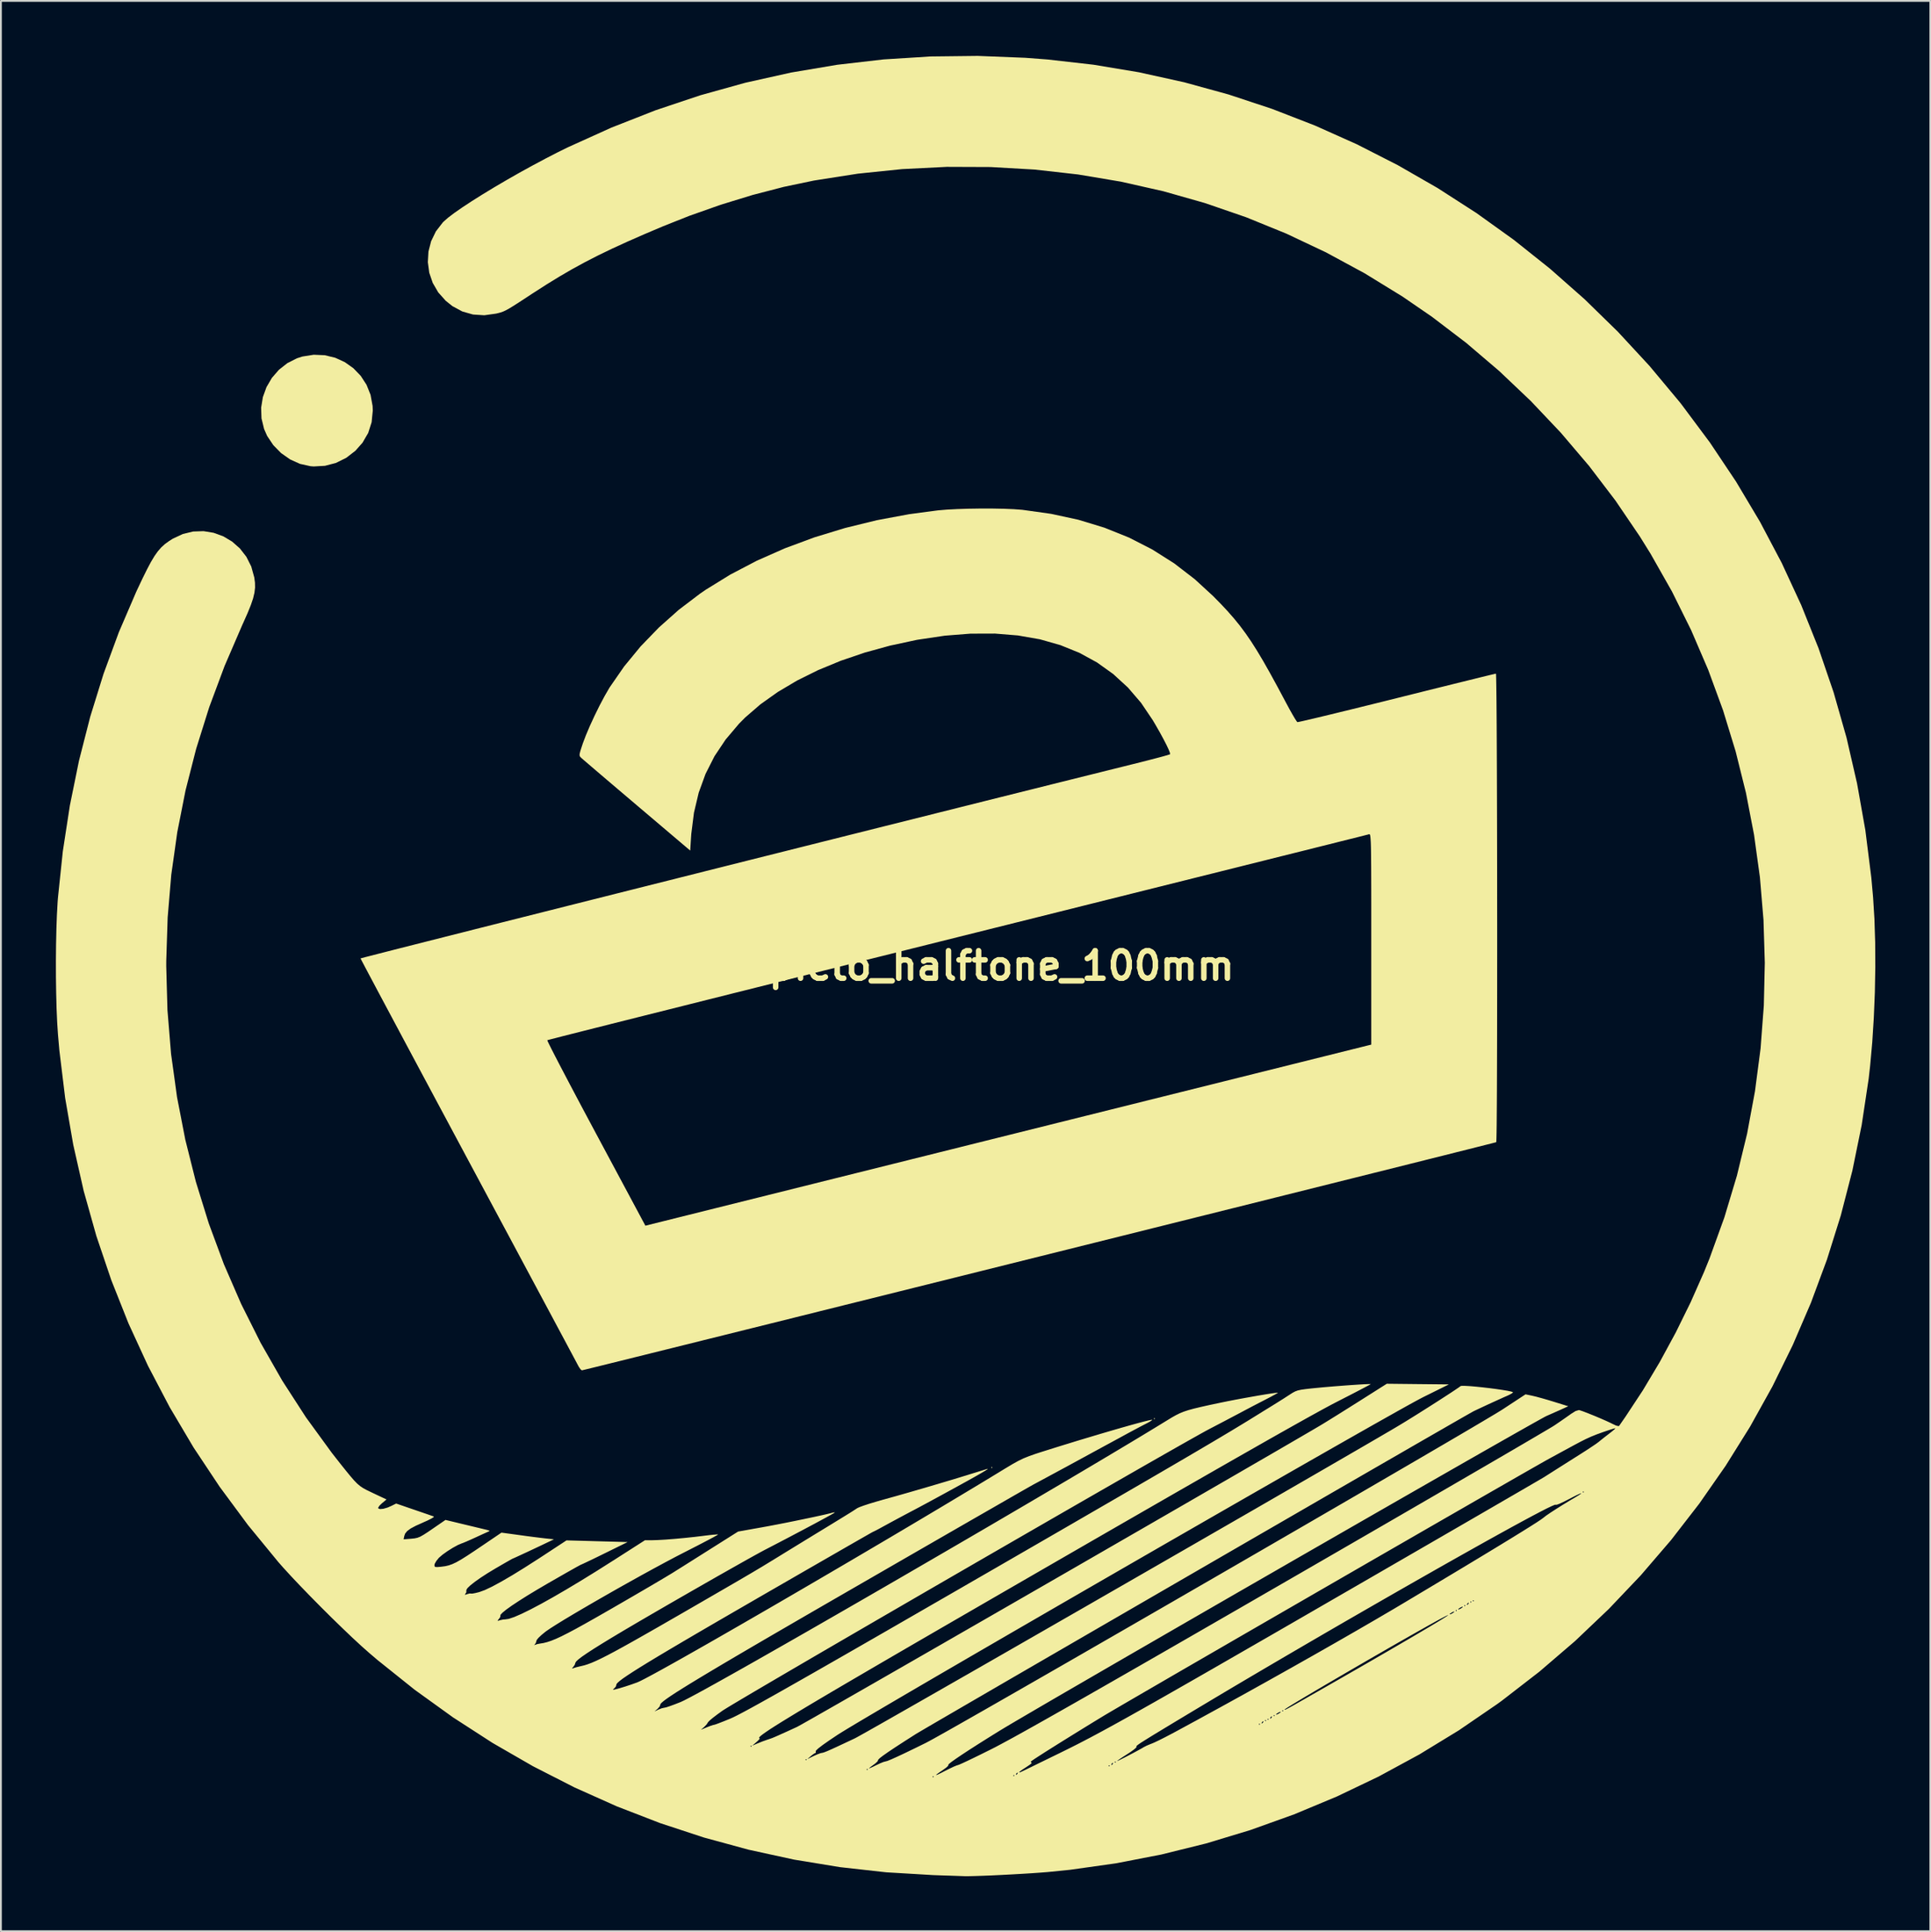
<source format=kicad_pcb>
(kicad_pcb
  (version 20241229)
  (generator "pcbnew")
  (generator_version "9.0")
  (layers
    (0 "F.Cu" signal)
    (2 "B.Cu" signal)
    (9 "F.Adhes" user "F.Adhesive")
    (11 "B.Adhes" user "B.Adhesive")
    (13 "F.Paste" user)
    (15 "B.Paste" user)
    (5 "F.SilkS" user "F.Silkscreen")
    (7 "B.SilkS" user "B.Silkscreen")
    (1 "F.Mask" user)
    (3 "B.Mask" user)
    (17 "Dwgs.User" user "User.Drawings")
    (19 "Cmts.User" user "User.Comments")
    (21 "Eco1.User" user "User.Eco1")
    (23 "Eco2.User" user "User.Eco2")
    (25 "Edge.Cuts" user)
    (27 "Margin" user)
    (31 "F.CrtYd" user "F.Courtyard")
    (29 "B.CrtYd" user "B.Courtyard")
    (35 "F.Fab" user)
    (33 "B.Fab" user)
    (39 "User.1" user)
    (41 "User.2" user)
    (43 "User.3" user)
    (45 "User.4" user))
  (footprint "HL_picto_halftone_100mm"
    (layer "F.Cu")
    (at 49.618 49.625)
    (property "Reference" "HL_picto_halftone_100mm" (at 0 0 0) (layer "F.SilkS") (effects (font (size 1.5 1.5) (thickness 0.3))))
    (attr board_only exclude_from_pos_files exclude_from_bom)
    (fp_poly (pts (xy 1.467 27.367) (xy 1.433 27.4) (xy 1.4 27.367) (xy 1.433 27.333)) (stroke (width 0) (type solid)) (fill yes) (layer "F.SilkS"))
    (fp_poly (pts (xy 10.333 24.7) (xy 10.3 24.733) (xy 10.267 24.7) (xy 10.3 24.667)) (stroke (width 0) (type solid)) (fill yes) (layer "F.SilkS"))
    (fp_poly (pts (xy -34.953 -33.301) (xy -34.384 -33.163) (xy -33.858 -32.922) (xy -33.389 -32.589) (xy -32.99 -32.174) (xy -32.674 -31.687) (xy -32.454 -31.138) (xy -32.344 -30.538) (xy -32.333 -30.279) (xy -32.396 -29.647) (xy -32.583 -29.062) (xy -32.893 -28.529) (xy -33.282 -28.089) (xy -33.783 -27.702) (xy -34.343 -27.426) (xy -34.94 -27.268) (xy -35.557 -27.233) (xy -35.733 -27.247) (xy -36.303 -27.374) (xy -36.844 -27.618) (xy -37.336 -27.964) (xy -37.759 -28.395) (xy -38.093 -28.894) (xy -38.262 -29.275) (xy -38.404 -29.855) (xy -38.423 -30.441) (xy -38.329 -31.016) (xy -38.13 -31.563) (xy -37.836 -32.065) (xy -37.454 -32.506) (xy -36.994 -32.868) (xy -36.466 -33.135) (xy -36.169 -33.23) (xy -35.553 -33.327)) (stroke (width 0) (type solid)) (fill yes) (layer "F.SilkS"))
    (fp_poly (pts (xy 1.478 -24.938) (xy 2.094 -24.926) (xy 2.641 -24.903) (xy 3.089 -24.869) (xy 3.1 -24.868) (xy 4.674 -24.648) (xy 6.168 -24.323) (xy 7.582 -23.892) (xy 8.921 -23.353) (xy 10.186 -22.706) (xy 11.38 -21.95) (xy 12.506 -21.083) (xy 13.503 -20.167) (xy 13.917 -19.746) (xy 14.292 -19.346) (xy 14.636 -18.954) (xy 14.96 -18.556) (xy 15.273 -18.136) (xy 15.585 -17.682) (xy 15.904 -17.179) (xy 16.242 -16.613) (xy 16.606 -15.97) (xy 17.008 -15.236) (xy 17.456 -14.397) (xy 17.503 -14.309) (xy 17.681 -13.979) (xy 17.843 -13.692) (xy 17.975 -13.468) (xy 18.068 -13.328) (xy 18.103 -13.29) (xy 18.177 -13.301) (xy 18.372 -13.343) (xy 18.676 -13.412) (xy 19.081 -13.507) (xy 19.576 -13.626) (xy 20.151 -13.765) (xy 20.798 -13.923) (xy 21.507 -14.097) (xy 22.267 -14.285) (xy 23.069 -14.484) (xy 23.522 -14.597) (xy 24.342 -14.802) (xy 25.126 -14.998) (xy 25.864 -15.181) (xy 26.545 -15.35) (xy 27.16 -15.502) (xy 27.699 -15.635) (xy 28.154 -15.747) (xy 28.513 -15.835) (xy 28.768 -15.896) (xy 28.908 -15.929) (xy 28.933 -15.933) (xy 28.94 -15.868) (xy 28.946 -15.677) (xy 28.952 -15.369) (xy 28.958 -14.951) (xy 28.964 -14.43) (xy 28.969 -13.816) (xy 28.974 -13.116) (xy 28.978 -12.338) (xy 28.982 -11.489) (xy 28.986 -10.577) (xy 28.989 -9.611) (xy 28.992 -8.598) (xy 28.995 -7.546) (xy 28.997 -6.463) (xy 28.999 -5.357) (xy 29 -4.235) (xy 29.001 -3.106) (xy 29.002 -1.977) (xy 29.002 -0.856) (xy 29.001 0.249) (xy 29.001 1.329) (xy 28.999 2.378) (xy 28.998 3.387) (xy 28.996 4.349) (xy 28.993 5.255) (xy 28.99 6.098) (xy 28.987 6.87) (xy 28.983 7.563) (xy 28.978 8.169) (xy 28.974 8.681) (xy 28.968 9.089) (xy 28.962 9.388) (xy 28.956 9.568) (xy 28.95 9.622) (xy 28.882 9.64) (xy 28.69 9.69) (xy 28.38 9.768) (xy 27.956 9.875) (xy 27.425 10.009) (xy 26.791 10.168) (xy 26.06 10.352) (xy 25.237 10.558) (xy 24.328 10.786) (xy 23.338 11.034) (xy 22.273 11.3) (xy 21.138 11.584) (xy 19.938 11.884) (xy 18.679 12.199) (xy 17.365 12.527) (xy 16.004 12.868) (xy 14.599 13.219) (xy 13.156 13.579) (xy 11.681 13.947) (xy 10.18 14.322) (xy 8.656 14.703) (xy 7.117 15.087) (xy 5.566 15.474) (xy 4.011 15.862) (xy 2.455 16.25) (xy 0.904 16.637) (xy -0.635 17.021) (xy -2.158 17.401) (xy -3.66 17.775) (xy -5.135 18.143) (xy -6.578 18.502) (xy -7.982 18.852) (xy -9.344 19.192) (xy -10.657 19.519) (xy -11.916 19.832) (xy -13.116 20.131) (xy -14.251 20.413) (xy -15.316 20.678) (xy -16.306 20.924) (xy -17.215 21.15) (xy -18.037 21.354) (xy -18.768 21.536) (xy -19.402 21.693) (xy -19.933 21.824) (xy -20.357 21.929) (xy -20.667 22.005) (xy -20.859 22.051) (xy -20.926 22.067) (xy -20.998 22.013) (xy -21.092 21.877) (xy -21.125 21.817) (xy -21.17 21.733) (xy -21.274 21.537) (xy -21.435 21.236) (xy -21.649 20.836) (xy -21.913 20.341) (xy -22.225 19.759) (xy -22.58 19.094) (xy -22.977 18.354) (xy -23.41 17.544) (xy -23.879 16.67) (xy -24.378 15.737) (xy -24.905 14.752) (xy -25.458 13.721) (xy -26.032 12.65) (xy -26.624 11.544) (xy -27.127 10.606) (xy -27.73 9.48) (xy -28.316 8.385) (xy -28.883 7.327) (xy -29.425 6.313) (xy -29.942 5.347) (xy -30.429 4.436) (xy -30.63 4.06) (xy -22.814 4.06) (xy -22.791 4.124) (xy -22.708 4.296) (xy -22.571 4.569) (xy -22.385 4.933) (xy -22.153 5.381) (xy -21.88 5.902) (xy -21.571 6.49) (xy -21.23 7.135) (xy -20.862 7.829) (xy -20.47 8.563) (xy -20.162 9.139) (xy -17.463 14.177) (xy 2.335 9.238) (xy 22.133 4.3) (xy 22.133 -1.454) (xy 22.133 -2.463) (xy 22.133 -3.347) (xy 22.132 -4.114) (xy 22.13 -4.772) (xy 22.128 -5.33) (xy 22.124 -5.795) (xy 22.12 -6.176) (xy 22.114 -6.481) (xy 22.107 -6.718) (xy 22.097 -6.895) (xy 22.087 -7.021) (xy 22.074 -7.104) (xy 22.059 -7.152) (xy 22.041 -7.173) (xy 22.021 -7.175) (xy 22.017 -7.174) (xy 21.944 -7.155) (xy 21.746 -7.105) (xy 21.429 -7.025) (xy 20.996 -6.917) (xy 20.453 -6.781) (xy 19.804 -6.618) (xy 19.053 -6.43) (xy 18.206 -6.218) (xy 17.267 -5.984) (xy 16.242 -5.727) (xy 15.133 -5.45) (xy 13.947 -5.153) (xy 12.688 -4.839) (xy 11.361 -4.507) (xy 9.969 -4.159) (xy 8.519 -3.797) (xy 7.015 -3.421) (xy 5.461 -3.032) (xy 3.862 -2.633) (xy 2.223 -2.223) (xy 0.548 -1.805) (xy -0.433 -1.56) (xy -2.126 -1.137) (xy -3.785 -0.722) (xy -5.406 -0.317) (xy -6.985 0.078) (xy -8.516 0.461) (xy -9.996 0.832) (xy -11.419 1.188) (xy -12.781 1.529) (xy -14.077 1.854) (xy -15.302 2.162) (xy -16.453 2.451) (xy -17.523 2.719) (xy -18.509 2.967) (xy -19.406 3.193) (xy -20.208 3.395) (xy -20.912 3.573) (xy -21.513 3.725) (xy -22.006 3.85) (xy -22.386 3.948) (xy -22.649 4.015) (xy -22.79 4.053) (xy -22.814 4.06) (xy -30.63 4.06) (xy -30.883 3.585) (xy -31.302 2.8) (xy -31.682 2.088) (xy -32.021 1.453) (xy -32.314 0.901) (xy -32.56 0.439) (xy -32.754 0.072) (xy -32.894 -0.194) (xy -32.977 -0.353) (xy -33 -0.4) (xy -32.936 -0.419) (xy -32.749 -0.469) (xy -32.443 -0.548) (xy -32.026 -0.655) (xy -31.501 -0.789) (xy -30.876 -0.949) (xy -30.155 -1.132) (xy -29.344 -1.337) (xy -28.449 -1.564) (xy -27.476 -1.81) (xy -26.43 -2.075) (xy -25.317 -2.356) (xy -24.143 -2.652) (xy -22.912 -2.962) (xy -21.632 -3.285) (xy -20.307 -3.619) (xy -18.943 -3.962) (xy -17.546 -4.314) (xy -16.122 -4.672) (xy -14.676 -5.036) (xy -13.214 -5.404) (xy -11.741 -5.774) (xy -10.263 -6.145) (xy -8.786 -6.516) (xy -7.316 -6.885) (xy -5.857 -7.251) (xy -4.417 -7.612) (xy -2.999 -7.967) (xy -1.611 -8.315) (xy -0.258 -8.654) (xy 1.055 -8.983) (xy 2.322 -9.3) (xy 3.537 -9.603) (xy 4.695 -9.893) (xy 5.79 -10.166) (xy 6.816 -10.421) (xy 7.768 -10.658) (xy 8.639 -10.875) (xy 9.033 -10.973) (xy 9.539 -11.099) (xy 10.004 -11.218) (xy 10.411 -11.324) (xy 10.745 -11.413) (xy 10.991 -11.482) (xy 11.131 -11.525) (xy 11.158 -11.537) (xy 11.151 -11.615) (xy 11.082 -11.79) (xy 10.961 -12.048) (xy 10.794 -12.371) (xy 10.591 -12.744) (xy 10.358 -13.151) (xy 10.211 -13.4) (xy 9.576 -14.341) (xy 8.857 -15.178) (xy 8.055 -15.913) (xy 7.173 -16.543) (xy 6.211 -17.069) (xy 5.171 -17.49) (xy 4.056 -17.806) (xy 2.866 -18.015) (xy 1.603 -18.118) (xy 0.269 -18.114) (xy -1.135 -18.003) (xy -2.608 -17.783) (xy -2.673 -17.771) (xy -4.113 -17.462) (xy -5.494 -17.082) (xy -6.807 -16.635) (xy -8.041 -16.125) (xy -9.189 -15.556) (xy -10.241 -14.932) (xy -11.188 -14.259) (xy -12.021 -13.539) (xy -12.357 -13.2) (xy -13.085 -12.34) (xy -13.693 -11.43) (xy -14.182 -10.464) (xy -14.555 -9.439) (xy -14.813 -8.348) (xy -14.96 -7.187) (xy -14.971 -7.025) (xy -15.018 -6.283) (xy -17.926 -8.75) (xy -18.464 -9.207) (xy -18.974 -9.64) (xy -19.448 -10.043) (xy -19.874 -10.406) (xy -20.244 -10.722) (xy -20.548 -10.982) (xy -20.777 -11.178) (xy -20.92 -11.302) (xy -20.966 -11.342) (xy -21.024 -11.403) (xy -21.053 -11.466) (xy -21.05 -11.56) (xy -21.012 -11.711) (xy -20.936 -11.946) (xy -20.877 -12.124) (xy -20.711 -12.564) (xy -20.492 -13.08) (xy -20.237 -13.633) (xy -19.965 -14.186) (xy -19.692 -14.701) (xy -19.437 -15.142) (xy -19.401 -15.2) (xy -18.62 -16.328) (xy -17.724 -17.417) (xy -16.725 -18.451) (xy -15.64 -19.416) (xy -14.482 -20.296) (xy -14.167 -20.512) (xy -12.827 -21.338) (xy -11.386 -22.092) (xy -9.854 -22.769) (xy -8.245 -23.366) (xy -6.57 -23.877) (xy -4.843 -24.3) (xy -3.075 -24.63) (xy -1.5 -24.839) (xy -1.025 -24.879) (xy -0.457 -24.909) (xy 0.17 -24.929) (xy 0.826 -24.939)) (stroke (width 0) (type solid)) (fill yes) (layer "F.SilkS"))
    (fp_poly (pts (xy 3.266 -49.523) (xy 4.467 -49.431) (xy 6.981 -49.145) (xy 9.469 -48.73) (xy 11.926 -48.188) (xy 14.347 -47.522) (xy 16.727 -46.734) (xy 19.063 -45.827) (xy 21.349 -44.804) (xy 23.581 -43.666) (xy 25.755 -42.417) (xy 27.866 -41.058) (xy 29.909 -39.593) (xy 31.879 -38.023) (xy 33.773 -36.352) (xy 35.586 -34.581) (xy 37.313 -32.714) (xy 38.95 -30.752) (xy 39.062 -30.61) (xy 40.605 -28.54) (xy 42.03 -26.409) (xy 43.336 -24.218) (xy 44.523 -21.97) (xy 45.589 -19.667) (xy 46.534 -17.311) (xy 47.356 -14.904) (xy 48.056 -12.448) (xy 48.632 -9.946) (xy 49.084 -7.399) (xy 49.41 -4.809) (xy 49.507 -3.733) (xy 49.58 -2.552) (xy 49.62 -1.274) (xy 49.627 0.069) (xy 49.603 1.445) (xy 49.547 2.822) (xy 49.462 4.167) (xy 49.346 5.45) (xy 49.265 6.167) (xy 48.885 8.687) (xy 48.377 11.173) (xy 47.745 13.62) (xy 46.99 16.026) (xy 46.115 18.385) (xy 45.122 20.693) (xy 44.015 22.946) (xy 42.795 25.141) (xy 41.464 27.272) (xy 40.026 29.336) (xy 38.483 31.328) (xy 36.837 33.244) (xy 35.091 35.081) (xy 33.247 36.834) (xy 31.308 38.498) (xy 29.276 40.07) (xy 29 40.271) (xy 26.914 41.699) (xy 24.757 43.016) (xy 22.534 44.222) (xy 20.254 45.312) (xy 17.921 46.285) (xy 15.543 47.138) (xy 13.126 47.87) (xy 10.676 48.476) (xy 8.2 48.956) (xy 5.705 49.307) (xy 4.467 49.432) (xy 4.07 49.463) (xy 3.601 49.496) (xy 3.082 49.528) (xy 2.535 49.559) (xy 1.984 49.588) (xy 1.45 49.613) (xy 0.957 49.633) (xy 0.527 49.647) (xy 0.183 49.655) (xy -0.053 49.655) (xy -0.067 49.654) (xy -0.224 49.649) (xy -0.49 49.64) (xy -0.838 49.628) (xy -1.242 49.615) (xy -1.679 49.6) (xy -1.767 49.597) (xy -4.322 49.445) (xy -6.854 49.162) (xy -9.358 48.751) (xy -11.831 48.212) (xy -14.269 47.548) (xy -16.669 46.758) (xy -19.026 45.846) (xy -21.337 44.812) (xy -22.47 44.233) (xy -1.8 44.233) (xy -1.767 44.267) (xy -1.733 44.233) (xy -1.767 44.2) (xy -1.8 44.233) (xy -22.47 44.233) (xy -22.601 44.167) (xy 2.6 44.167) (xy 2.633 44.2) (xy 2.667 44.167) (xy 2.633 44.133) (xy 2.6 44.167) (xy -22.601 44.167) (xy -23.254 43.833) (xy -5.4 43.833) (xy -5.367 43.867) (xy -5.333 43.833) (xy -5.367 43.8) (xy -5.4 43.833) (xy -23.254 43.833) (xy -23.598 43.657) (xy -24.218 43.3) (xy -8.733 43.3) (xy -8.7 43.333) (xy -8.667 43.3) (xy -8.7 43.267) (xy -8.733 43.3) (xy -24.218 43.3) (xy -25.49 42.567) (xy -11.733 42.567) (xy -11.7 42.6) (xy -11.667 42.567) (xy -11.7 42.533) (xy -11.733 42.567) (xy -25.49 42.567) (xy -25.806 42.384) (xy -27.957 40.994) (xy -30.048 39.488) (xy -32.074 37.867) (xy -32.533 37.476) (xy -32.958 37.099) (xy -33.453 36.641) (xy -33.997 36.122) (xy -34.572 35.563) (xy -35.157 34.981) (xy -35.735 34.396) (xy -36.284 33.829) (xy -36.787 33.297) (xy -37.223 32.821) (xy -37.477 32.533) (xy -39.142 30.504) (xy -40.687 28.415) (xy -42.112 26.27) (xy -43.416 24.068) (xy -44.599 21.812) (xy -45.66 19.504) (xy -46.598 17.143) (xy -47.413 14.733) (xy -48.104 12.274) (xy -48.671 9.768) (xy -49.113 7.215) (xy -49.429 4.619) (xy -49.507 3.733) (xy -49.55 3.081) (xy -49.582 2.327) (xy -49.604 1.498) (xy -49.616 0.623) (xy -49.618 -0.27) (xy -49.61 -1.154) (xy -49.592 -2) (xy -49.564 -2.779) (xy -49.526 -3.465) (xy -49.508 -3.7) (xy -49.241 -6.242) (xy -48.857 -8.741) (xy -48.358 -11.191) (xy -47.745 -13.587) (xy -47.02 -15.923) (xy -46.185 -18.192) (xy -45.241 -20.387) (xy -45.177 -20.525) (xy -44.892 -21.128) (xy -44.648 -21.622) (xy -44.435 -22.023) (xy -44.241 -22.347) (xy -44.057 -22.606) (xy -43.872 -22.818) (xy -43.676 -22.997) (xy -43.457 -23.157) (xy -43.242 -23.293) (xy -42.694 -23.55) (xy -42.13 -23.685) (xy -41.564 -23.704) (xy -41.012 -23.614) (xy -40.487 -23.422) (xy -40.006 -23.135) (xy -39.581 -22.761) (xy -39.228 -22.305) (xy -38.962 -21.776) (xy -38.797 -21.18) (xy -38.797 -21.18) (xy -38.76 -20.897) (xy -38.755 -20.626) (xy -38.788 -20.346) (xy -38.862 -20.036) (xy -38.985 -19.674) (xy -39.16 -19.242) (xy -39.393 -18.717) (xy -39.445 -18.604) (xy -40.417 -16.352) (xy -41.257 -14.099) (xy -41.966 -11.84) (xy -42.546 -9.57) (xy -42.998 -7.283) (xy -43.324 -4.972) (xy -43.523 -2.632) (xy -43.599 -0.258) (xy -43.6 0.017) (xy -43.534 2.416) (xy -43.337 4.799) (xy -43.012 7.159) (xy -42.559 9.491) (xy -41.981 11.791) (xy -41.279 14.054) (xy -40.456 16.275) (xy -39.512 18.447) (xy -38.449 20.568) (xy -37.271 22.63) (xy -35.977 24.631) (xy -34.57 26.563) (xy -34.118 27.14) (xy -33.805 27.531) (xy -33.558 27.833) (xy -33.359 28.063) (xy -33.19 28.238) (xy -33.033 28.372) (xy -32.87 28.483) (xy -32.684 28.586) (xy -32.457 28.696) (xy -32.321 28.761) (xy -31.583 29.109) (xy -31.832 29.315) (xy -31.969 29.448) (xy -32.038 29.555) (xy -32.038 29.592) (xy -31.941 29.633) (xy -31.759 29.617) (xy -31.525 29.55) (xy -31.313 29.458) (xy -31.058 29.331) (xy -30.079 29.667) (xy -29.734 29.786) (xy -29.429 29.89) (xy -29.189 29.973) (xy -29.038 30.026) (xy -29.002 30.039) (xy -29.018 30.077) (xy -29.14 30.153) (xy -29.349 30.258) (xy -29.595 30.368) (xy -29.987 30.544) (xy -30.269 30.694) (xy -30.457 30.833) (xy -30.568 30.971) (xy -30.619 31.114) (xy -30.651 31.284) (xy -30.23 31.25) (xy -30.048 31.231) (xy -29.895 31.197) (xy -29.741 31.136) (xy -29.558 31.033) (xy -29.316 30.876) (xy -29.088 30.72) (xy -28.367 30.225) (xy -27.3 30.482) (xy -26.929 30.571) (xy -26.592 30.652) (xy -26.317 30.718) (xy -26.129 30.763) (xy -26.067 30.778) (xy -25.965 30.814) (xy -25.992 30.85) (xy -26 30.852) (xy -26.101 30.895) (xy -26.291 30.98) (xy -26.538 31.093) (xy -26.7 31.168) (xy -26.976 31.294) (xy -27.224 31.403) (xy -27.406 31.478) (xy -27.467 31.499) (xy -27.688 31.592) (xy -27.967 31.745) (xy -28.261 31.929) (xy -28.527 32.119) (xy -28.722 32.287) (xy -28.729 32.294) (xy -28.866 32.462) (xy -28.954 32.618) (xy -28.968 32.674) (xy -28.965 32.752) (xy -28.92 32.79) (xy -28.804 32.795) (xy -28.586 32.776) (xy -28.583 32.775) (xy -28.38 32.748) (xy -28.19 32.704) (xy -27.995 32.636) (xy -27.776 32.533) (xy -27.516 32.386) (xy -27.197 32.186) (xy -26.8 31.924) (xy -26.47 31.702) (xy -25.313 30.918) (xy -24.306 31.056) (xy -23.914 31.109) (xy -23.529 31.159) (xy -23.189 31.201) (xy -22.933 31.232) (xy -22.875 31.238) (xy -22.449 31.282) (xy -22.841 31.469) (xy -23.157 31.62) (xy -23.492 31.778) (xy -23.824 31.934) (xy -24.132 32.077) (xy -24.393 32.198) (xy -24.586 32.286) (xy -24.687 32.33) (xy -24.697 32.333) (xy -24.759 32.365) (xy -24.915 32.453) (xy -25.148 32.586) (xy -25.435 32.752) (xy -25.638 32.87) (xy -26.066 33.128) (xy -26.447 33.375) (xy -26.766 33.601) (xy -27.013 33.796) (xy -27.173 33.95) (xy -27.233 34.053) (xy -27.228 34.075) (xy -27.232 34.173) (xy -27.271 34.238) (xy -27.313 34.303) (xy -27.262 34.301) (xy -27.183 34.273) (xy -27.048 34.237) (xy -26.98 34.243) (xy -26.903 34.244) (xy -26.735 34.213) (xy -26.523 34.16) (xy -26.224 34.051) (xy -25.825 33.862) (xy -25.329 33.594) (xy -24.739 33.251) (xy -24.061 32.833) (xy -23.297 32.344) (xy -23.067 32.194) (xy -21.767 31.341) (xy -20.1 31.387) (xy -18.433 31.433) (xy -19.689 32.05) (xy -20.064 32.234) (xy -20.398 32.396) (xy -20.673 32.527) (xy -20.869 32.619) (xy -20.97 32.664) (xy -20.979 32.667) (xy -21.043 32.699) (xy -21.208 32.789) (xy -21.46 32.931) (xy -21.785 33.114) (xy -22.167 33.333) (xy -22.593 33.577) (xy -22.778 33.683) (xy -23.368 34.029) (xy -23.899 34.35) (xy -24.362 34.643) (xy -24.749 34.899) (xy -25.051 35.115) (xy -25.259 35.284) (xy -25.366 35.4) (xy -25.372 35.45) (xy -25.381 35.522) (xy -25.45 35.62) (xy -25.526 35.712) (xy -25.498 35.727) (xy -25.4 35.697) (xy -25.226 35.658) (xy -25.116 35.651) (xy -24.917 35.622) (xy -24.615 35.52) (xy -24.216 35.347) (xy -23.727 35.107) (xy -23.153 34.804) (xy -22.5 34.44) (xy -21.776 34.019) (xy -20.985 33.545) (xy -20.134 33.02) (xy -19.229 32.447) (xy -19.193 32.425) (xy -17.487 31.333) (xy -17.093 31.333) (xy -16.774 31.323) (xy -16.352 31.298) (xy -15.859 31.259) (xy -15.325 31.209) (xy -14.78 31.151) (xy -14.309 31.095) (xy -14 31.057) (xy -13.744 31.031) (xy -13.566 31.017) (xy -13.493 31.018) (xy -13.493 31.018) (xy -13.544 31.053) (xy -13.7 31.141) (xy -13.947 31.274) (xy -14.272 31.444) (xy -14.66 31.646) (xy -15.098 31.87) (xy -15.351 31.999) (xy -15.841 32.252) (xy -16.393 32.545) (xy -16.993 32.869) (xy -17.627 33.216) (xy -18.281 33.58) (xy -18.943 33.951) (xy -19.598 34.324) (xy -20.234 34.689) (xy -20.836 35.039) (xy -21.391 35.366) (xy -21.887 35.663) (xy -22.308 35.922) (xy -22.643 36.136) (xy -22.876 36.295) (xy -22.917 36.326) (xy -23.13 36.5) (xy -23.296 36.656) (xy -23.388 36.769) (xy -23.4 36.801) (xy -23.443 36.94) (xy -23.483 36.996) (xy -23.531 37.057) (xy -23.485 37.04) (xy -23.362 36.998) (xy -23.207 36.969) (xy -23.018 36.938) (xy -22.818 36.888) (xy -22.596 36.814) (xy -22.34 36.71) (xy -22.039 36.571) (xy -21.683 36.391) (xy -21.258 36.166) (xy -20.756 35.888) (xy -20.164 35.554) (xy -19.471 35.157) (xy -19.333 35.078) (xy -18.757 34.745) (xy -18.193 34.418) (xy -17.657 34.106) (xy -17.164 33.818) (xy -16.73 33.562) (xy -16.369 33.348) (xy -16.098 33.185) (xy -15.967 33.105) (xy -15.717 32.948) (xy -15.381 32.737) (xy -14.983 32.486) (xy -14.549 32.212) (xy -14.105 31.932) (xy -13.853 31.773) (xy -12.406 30.86) (xy -11.12 30.631) (xy -10.731 30.56) (xy -10.286 30.475) (xy -9.804 30.381) (xy -9.309 30.281) (xy -8.82 30.18) (xy -8.361 30.084) (xy -7.951 29.995) (xy -7.612 29.919) (xy -7.367 29.86) (xy -7.254 29.829) (xy -7.155 29.811) (xy -7.133 29.821) (xy -7.19 29.86) (xy -7.353 29.953) (xy -7.607 30.093) (xy -7.941 30.274) (xy -8.341 30.489) (xy -8.794 30.73) (xy -9.288 30.991) (xy -9.808 31.265) (xy -10.343 31.544) (xy -10.879 31.823) (xy -10.967 31.868) (xy -11.182 31.983) (xy -11.5 32.158) (xy -11.91 32.386) (xy -12.399 32.661) (xy -12.956 32.976) (xy -13.569 33.323) (xy -14.225 33.698) (xy -14.914 34.092) (xy -15.622 34.499) (xy -16.1 34.774) (xy -17.067 35.334) (xy -17.921 35.832) (xy -18.668 36.272) (xy -19.31 36.656) (xy -19.854 36.988) (xy -20.303 37.269) (xy -20.662 37.503) (xy -20.935 37.692) (xy -21.127 37.84) (xy -21.242 37.949) (xy -21.285 38.022) (xy -21.285 38.033) (xy -21.318 38.13) (xy -21.388 38.228) (xy -21.461 38.318) (xy -21.439 38.33) (xy -21.367 38.303) (xy -21.214 38.256) (xy -21.009 38.206) (xy -20.967 38.197) (xy -20.8 38.157) (xy -20.615 38.1) (xy -20.405 38.021) (xy -20.159 37.915) (xy -19.87 37.778) (xy -19.528 37.605) (xy -19.126 37.392) (xy -18.654 37.134) (xy -18.104 36.827) (xy -17.467 36.466) (xy -16.734 36.048) (xy -15.897 35.566) (xy -15.724 35.467) (xy -14.917 35.001) (xy -14.215 34.595) (xy -13.607 34.243) (xy -13.082 33.939) (xy -12.63 33.677) (xy -12.239 33.449) (xy -11.899 33.25) (xy -11.6 33.074) (xy -11.33 32.913) (xy -11.078 32.763) (xy -10.835 32.615) (xy -10.589 32.465) (xy -10.329 32.306) (xy -10.1 32.165) (xy -9.801 31.981) (xy -9.422 31.749) (xy -8.998 31.489) (xy -8.563 31.223) (xy -8.2 31.001) (xy -7.647 30.664) (xy -7.196 30.388) (xy -6.835 30.167) (xy -6.552 29.993) (xy -6.335 29.859) (xy -6.172 29.757) (xy -6.052 29.679) (xy -5.961 29.62) (xy -5.915 29.588) (xy -5.793 29.53) (xy -5.566 29.447) (xy -5.258 29.345) (xy -4.894 29.235) (xy -4.515 29.127) (xy -3.833 28.937) (xy -3.067 28.719) (xy -2.257 28.484) (xy -1.443 28.244) (xy -0.666 28.012) (xy 0.035 27.798) (xy 0.226 27.738) (xy 0.55 27.638) (xy 0.84 27.548) (xy 1.066 27.479) (xy 1.197 27.44) (xy 1.2 27.439) (xy 1.214 27.449) (xy 1.11 27.521) (xy 0.891 27.653) (xy 0.555 27.845) (xy 0.106 28.096) (xy -0.457 28.406) (xy -0.5 28.43) (xy -1.052 28.732) (xy -1.509 28.981) (xy -1.895 29.191) (xy -2.232 29.373) (xy -2.542 29.539) (xy -2.848 29.702) (xy -3.033 29.799) (xy -3.398 29.993) (xy -3.786 30.201) (xy -4.149 30.397) (xy -4.417 30.544) (xy -4.666 30.68) (xy -4.868 30.788) (xy -4.999 30.853) (xy -5.032 30.867) (xy -5.093 30.899) (xy -5.261 30.994) (xy -5.531 31.148) (xy -5.893 31.355) (xy -6.342 31.612) (xy -6.869 31.915) (xy -7.467 32.259) (xy -8.129 32.64) (xy -8.847 33.053) (xy -9.614 33.496) (xy -10.423 33.962) (xy -11.266 34.448) (xy -11.457 34.559) (xy -12.603 35.222) (xy -13.638 35.822) (xy -14.565 36.362) (xy -15.391 36.846) (xy -16.119 37.276) (xy -16.754 37.654) (xy -17.3 37.984) (xy -17.763 38.269) (xy -18.146 38.511) (xy -18.455 38.713) (xy -18.695 38.878) (xy -18.869 39.01) (xy -18.982 39.11) (xy -19.04 39.181) (xy -19.048 39.223) (xy -19.075 39.316) (xy -19.162 39.411) (xy -19.224 39.467) (xy -19.217 39.488) (xy -19.122 39.472) (xy -18.921 39.419) (xy -18.867 39.404) (xy -18.585 39.319) (xy -18.248 39.208) (xy -17.925 39.093) (xy -17.899 39.083) (xy -17.734 39.008) (xy -17.461 38.869) (xy -17.088 38.67) (xy -16.621 38.415) (xy -16.069 38.108) (xy -15.437 37.754) (xy -14.734 37.355) (xy -13.965 36.918) (xy -13.139 36.444) (xy -12.262 35.94) (xy -11.341 35.408) (xy -10.384 34.854) (xy -9.397 34.28) (xy -8.387 33.691) (xy -7.363 33.092) (xy -6.33 32.487) (xy -5.296 31.878) (xy -4.268 31.272) (xy -3.253 30.671) (xy -2.258 30.08) (xy -1.29 29.503) (xy -0.357 28.944) (xy 0.535 28.408) (xy 1.379 27.898) (xy 2.167 27.418) (xy 2.554 27.186) (xy 2.873 27.009) (xy 3.165 26.867) (xy 3.473 26.743) (xy 3.837 26.616) (xy 4.133 26.52) (xy 4.769 26.32) (xy 5.423 26.117) (xy 6.081 25.915) (xy 6.732 25.719) (xy 7.362 25.531) (xy 7.96 25.355) (xy 8.513 25.195) (xy 9.008 25.055) (xy 9.433 24.938) (xy 9.775 24.848) (xy 10.021 24.788) (xy 10.16 24.762) (xy 10.185 24.763) (xy 10.147 24.805) (xy 10.017 24.886) (xy 9.864 24.968) (xy 9.703 25.05) (xy 9.536 25.137) (xy 9.341 25.241) (xy 9.095 25.372) (xy 8.776 25.544) (xy 8.367 25.767) (xy 8.015 25.958) (xy 7.62 26.172) (xy 7.21 26.395) (xy 6.815 26.61) (xy 6.462 26.802) (xy 6.182 26.955) (xy 6.067 27.018) (xy 5.798 27.164) (xy 5.493 27.33) (xy 5.3 27.434) (xy 5.009 27.591) (xy 4.689 27.764) (xy 4.5 27.866) (xy 4.22 28.017) (xy 3.901 28.189) (xy 3.667 28.315) (xy 3.561 28.375) (xy 3.346 28.497) (xy 3.029 28.678) (xy 2.616 28.914) (xy 2.114 29.203) (xy 1.529 29.539) (xy 0.867 29.919) (xy 0.136 30.339) (xy -0.658 30.796) (xy -1.509 31.286) (xy -2.41 31.805) (xy -3.354 32.349) (xy -4.335 32.915) (xy -5.347 33.499) (xy -5.9 33.818) (xy -7.266 34.606) (xy -8.52 35.331) (xy -9.666 35.996) (xy -10.708 36.601) (xy -11.65 37.151) (xy -12.496 37.647) (xy -13.251 38.092) (xy -13.918 38.489) (xy -14.501 38.839) (xy -15.005 39.145) (xy -15.433 39.41) (xy -15.789 39.635) (xy -16.078 39.824) (xy -16.303 39.979) (xy -16.469 40.103) (xy -16.579 40.197) (xy -16.638 40.264) (xy -16.65 40.304) (xy -16.684 40.399) (xy -16.79 40.52) (xy -16.8 40.529) (xy -16.967 40.673) (xy -16.753 40.57) (xy -16.574 40.499) (xy -16.428 40.467) (xy -16.42 40.467) (xy -16.314 40.443) (xy -16.114 40.377) (xy -15.848 40.279) (xy -15.544 40.159) (xy -15.533 40.155) (xy -15.356 40.072) (xy -15.07 39.925) (xy -14.682 39.718) (xy -14.199 39.455) (xy -13.627 39.138) (xy -12.974 38.773) (xy -12.244 38.363) (xy -11.445 37.911) (xy -10.584 37.421) (xy -9.666 36.898) (xy -8.699 36.345) (xy -7.689 35.765) (xy -6.642 35.163) (xy -5.565 34.542) (xy -4.464 33.906) (xy -3.347 33.259) (xy -2.219 32.604) (xy -1.087 31.946) (xy 0.043 31.288) (xy 1.164 30.634) (xy 2.269 29.987) (xy 3.352 29.352) (xy 4.406 28.732) (xy 5.425 28.132) (xy 6.403 27.553) (xy 7.332 27.002) (xy 8.207 26.48) (xy 9.021 25.993) (xy 9.767 25.544) (xy 10.438 25.136) (xy 11.022 24.779) (xy 11.264 24.632) (xy 11.479 24.511) (xy 11.687 24.408) (xy 11.907 24.319) (xy 12.159 24.236) (xy 12.462 24.153) (xy 12.836 24.063) (xy 13.3 23.96) (xy 13.875 23.838) (xy 13.911 23.83) (xy 14.273 23.756) (xy 14.678 23.677) (xy 15.106 23.597) (xy 15.536 23.52) (xy 15.949 23.447) (xy 16.323 23.384) (xy 16.64 23.334) (xy 16.877 23.3) (xy 17.016 23.286) (xy 17.043 23.288) (xy 16.994 23.322) (xy 16.849 23.404) (xy 16.63 23.522) (xy 16.38 23.652) (xy 16.017 23.839) (xy 15.611 24.05) (xy 15.229 24.252) (xy 15.067 24.338) (xy 14.794 24.483) (xy 14.437 24.671) (xy 14.031 24.885) (xy 13.609 25.106) (xy 13.3 25.267) (xy 13.089 25.38) (xy 12.774 25.555) (xy 12.362 25.786) (xy 11.858 26.07) (xy 11.27 26.404) (xy 10.604 26.783) (xy 9.866 27.204) (xy 9.063 27.664) (xy 8.202 28.158) (xy 7.289 28.682) (xy 6.33 29.233) (xy 5.333 29.807) (xy 4.304 30.4) (xy 3.248 31.009) (xy 2.174 31.629) (xy 1.086 32.257) (xy -0.007 32.889) (xy -1.1 33.521) (xy -2.186 34.15) (xy -3.259 34.772) (xy -4.311 35.382) (xy -5.337 35.978) (xy -6.33 36.555) (xy -7.284 37.11) (xy -8.191 37.638) (xy -9.045 38.137) (xy -9.841 38.602) (xy -10.57 39.029) (xy -11.227 39.415) (xy -11.806 39.756) (xy -12.299 40.048) (xy -12.7 40.287) (xy -13.003 40.47) (xy -13.2 40.593) (xy -13.268 40.637) (xy -13.544 40.837) (xy -13.78 41.017) (xy -13.953 41.161) (xy -14.042 41.252) (xy -14.049 41.264) (xy -14.121 41.377) (xy -14.248 41.51) (xy -14.258 41.519) (xy -14.433 41.671) (xy -14.111 41.536) (xy -13.914 41.458) (xy -13.763 41.409) (xy -13.714 41.4) (xy -13.628 41.375) (xy -13.444 41.308) (xy -13.188 41.208) (xy -12.883 41.084) (xy -12.803 41.05) (xy -12.676 40.993) (xy -12.505 40.909) (xy -12.285 40.796) (xy -12.012 40.651) (xy -11.682 40.472) (xy -11.292 40.257) (xy -10.836 40.003) (xy -10.311 39.709) (xy -9.714 39.371) (xy -9.039 38.988) (xy -8.282 38.557) (xy -7.441 38.076) (xy -6.51 37.543) (xy -5.486 36.955) (xy -4.364 36.31) (xy -3.141 35.605) (xy -1.813 34.839) (xy -0.374 34.01) (xy 0.2 33.678) (xy 1.747 32.786) (xy 3.183 31.956) (xy 4.513 31.188) (xy 5.742 30.477) (xy 6.876 29.82) (xy 7.919 29.216) (xy 8.877 28.661) (xy 9.753 28.152) (xy 10.554 27.686) (xy 11.283 27.261) (xy 11.947 26.873) (xy 12.55 26.519) (xy 13.097 26.197) (xy 13.593 25.904) (xy 14.043 25.636) (xy 14.452 25.392) (xy 14.824 25.167) (xy 15.166 24.96) (xy 15.481 24.767) (xy 15.714 24.623) (xy 15.961 24.47) (xy 16.27 24.279) (xy 16.588 24.083) (xy 16.714 24.006) (xy 17.015 23.818) (xy 17.326 23.623) (xy 17.594 23.45) (xy 17.687 23.39) (xy 17.843 23.29) (xy 17.978 23.218) (xy 18.121 23.165) (xy 18.3 23.125) (xy 18.543 23.09) (xy 18.879 23.052) (xy 19.054 23.035) (xy 19.404 23.001) (xy 19.8 22.966) (xy 20.222 22.931) (xy 20.646 22.898) (xy 21.054 22.868) (xy 21.423 22.844) (xy 21.732 22.825) (xy 21.96 22.815) (xy 22.087 22.814) (xy 22.105 22.817) (xy 22.052 22.85) (xy 21.894 22.936) (xy 21.645 23.067) (xy 21.32 23.237) (xy 20.932 23.438) (xy 20.495 23.661) (xy 20.263 23.78) (xy 19.985 23.925) (xy 19.63 24.115) (xy 19.195 24.353) (xy 18.679 24.638) (xy 18.078 24.974) (xy 17.391 25.36) (xy 16.614 25.799) (xy 15.746 26.293) (xy 14.783 26.841) (xy 13.723 27.447) (xy 12.564 28.111) (xy 11.303 28.834) (xy 9.938 29.619) (xy 8.466 30.466) (xy 6.885 31.377) (xy 5.192 32.354) (xy 4.586 32.704) (xy 2.93 33.66) (xy 1.387 34.552) (xy -0.048 35.382) (xy -1.377 36.151) (xy -2.605 36.863) (xy -3.734 37.519) (xy -4.768 38.121) (xy -5.711 38.672) (xy -6.566 39.172) (xy -7.337 39.625) (xy -8.027 40.033) (xy -8.639 40.397) (xy -9.177 40.72) (xy -9.644 41.004) (xy -10.045 41.25) (xy -10.382 41.461) (xy -10.659 41.639) (xy -10.879 41.787) (xy -11.046 41.905) (xy -11.164 41.996) (xy -11.235 42.063) (xy -11.263 42.107) (xy -11.252 42.13) (xy -11.225 42.135) (xy -11.235 42.174) (xy -11.326 42.271) (xy -11.4 42.337) (xy -11.633 42.538) (xy -11.333 42.41) (xy -11.085 42.31) (xy -10.832 42.219) (xy -10.767 42.198) (xy -10.663 42.163) (xy -10.552 42.123) (xy -10.417 42.068) (xy -10.238 41.99) (xy -9.997 41.882) (xy -9.674 41.736) (xy -9.251 41.542) (xy -9.2 41.519) (xy -9.107 41.469) (xy -8.905 41.357) (xy -8.599 41.184) (xy -8.196 40.956) (xy -7.703 40.674) (xy -7.124 40.344) (xy -6.467 39.968) (xy -5.737 39.55) (xy -4.941 39.094) (xy -4.084 38.602) (xy -3.173 38.079) (xy -2.214 37.528) (xy -1.213 36.953) (xy -0.176 36.356) (xy 0.891 35.743) (xy 1.982 35.115) (xy 3.09 34.477) (xy 4.21 33.832) (xy 5.335 33.184) (xy 6.459 32.536) (xy 7.577 31.891) (xy 8.681 31.254) (xy 9.767 30.628) (xy 10.827 30.016) (xy 11.856 29.422) (xy 12.847 28.849) (xy 13.795 28.301) (xy 14.693 27.782) (xy 15.535 27.294) (xy 16.316 26.842) (xy 17.028 26.429) (xy 17.666 26.058) (xy 18.224 25.733) (xy 18.696 25.458) (xy 19.075 25.236) (xy 19.355 25.071) (xy 19.528 24.967) (xy 19.854 24.766) (xy 20.263 24.512) (xy 20.761 24.2) (xy 21.354 23.827) (xy 22.048 23.388) (xy 22.573 23.055) (xy 22.98 22.798) (xy 24.673 22.816) (xy 26.367 22.833) (xy 24.967 23.527) (xy 24.767 23.631) (xy 24.458 23.798) (xy 24.046 24.025) (xy 23.538 24.309) (xy 22.939 24.646) (xy 22.255 25.031) (xy 21.494 25.463) (xy 20.661 25.936) (xy 19.762 26.448) (xy 18.804 26.995) (xy 17.792 27.573) (xy 16.733 28.18) (xy 15.633 28.81) (xy 14.499 29.461) (xy 13.335 30.129) (xy 12.15 30.811) (xy 10.948 31.502) (xy 9.737 32.2) (xy 8.521 32.901) (xy 7.308 33.601) (xy 6.103 34.297) (xy 4.914 34.984) (xy 3.745 35.661) (xy 2.603 36.322) (xy 1.495 36.965) (xy 0.426 37.585) (xy -0.597 38.18) (xy -1.568 38.745) (xy -2.481 39.278) (xy -3.329 39.774) (xy -4.107 40.23) (xy -4.809 40.643) (xy -5.427 41.008) (xy -5.957 41.323) (xy -6.391 41.583) (xy -6.724 41.786) (xy -6.949 41.927) (xy -6.986 41.951) (xy -7.443 42.257) (xy -7.79 42.501) (xy -8.028 42.683) (xy -8.153 42.8) (xy -8.172 42.844) (xy -8.167 42.924) (xy -8.185 42.934) (xy -8.263 42.973) (xy -8.395 43.071) (xy -8.433 43.103) (xy -8.633 43.272) (xy -8.286 43.103) (xy -8.079 43.01) (xy -7.912 42.948) (xy -7.84 42.933) (xy -7.781 42.923) (xy -7.681 42.89) (xy -7.526 42.828) (xy -7.305 42.73) (xy -7.004 42.592) (xy -6.61 42.408) (xy -6.11 42.173) (xy -6.033 42.136) (xy -5.925 42.079) (xy -5.707 41.958) (xy -5.385 41.778) (xy -4.967 41.542) (xy -4.457 41.253) (xy -3.862 40.914) (xy -3.188 40.53) (xy -2.44 40.103) (xy -1.626 39.638) (xy -0.751 39.137) (xy 0.18 38.605) (xy 1.159 38.044) (xy 2.181 37.458) (xy 3.24 36.85) (xy 4.329 36.225) (xy 5.443 35.585) (xy 6.576 34.935) (xy 7.721 34.276) (xy 8.873 33.614) (xy 10.025 32.951) (xy 11.172 32.291) (xy 12.307 31.638) (xy 13.424 30.994) (xy 14.518 30.364) (xy 15.582 29.751) (xy 16.609 29.158) (xy 17.595 28.588) (xy 18.533 28.046) (xy 19.417 27.535) (xy 20.241 27.058) (xy 20.998 26.619) (xy 21.684 26.221) (xy 22.291 25.868) (xy 22.814 25.563) (xy 23.247 25.31) (xy 23.583 25.111) (xy 23.633 25.081) (xy 23.91 24.914) (xy 24.243 24.709) (xy 24.614 24.478) (xy 25.008 24.23) (xy 25.407 23.977) (xy 25.796 23.728) (xy 26.157 23.495) (xy 26.474 23.289) (xy 26.731 23.118) (xy 26.911 22.996) (xy 26.998 22.931) (xy 27.002 22.926) (xy 27.08 22.91) (xy 27.264 22.913) (xy 27.532 22.929) (xy 27.859 22.958) (xy 28.223 22.996) (xy 28.599 23.04) (xy 28.966 23.088) (xy 29.299 23.137) (xy 29.575 23.183) (xy 29.771 23.225) (xy 29.863 23.259) (xy 29.867 23.266) (xy 29.811 23.319) (xy 29.667 23.399) (xy 29.548 23.454) (xy 29.35 23.541) (xy 29.085 23.661) (xy 28.781 23.799) (xy 28.466 23.944) (xy 28.169 24.082) (xy 27.916 24.201) (xy 27.736 24.287) (xy 27.667 24.323) (xy 27.489 24.423) (xy 27.205 24.585) (xy 26.822 24.804) (xy 26.345 25.078) (xy 25.781 25.403) (xy 25.135 25.774) (xy 24.413 26.19) (xy 23.622 26.647) (xy 22.767 27.14) (xy 21.855 27.666) (xy 20.891 28.223) (xy 19.881 28.806) (xy 18.832 29.413) (xy 17.749 30.039) (xy 16.639 30.681) (xy 15.507 31.335) (xy 14.359 31.999) (xy 13.202 32.669) (xy 12.041 33.341) (xy 10.882 34.012) (xy 9.732 34.678) (xy 8.596 35.336) (xy 7.48 35.982) (xy 6.391 36.613) (xy 5.334 37.226) (xy 4.315 37.816) (xy 3.341 38.381) (xy 2.416 38.917) (xy 1.549 39.421) (xy 0.743 39.889) (xy 0.006 40.317) (xy -0.657 40.703) (xy -1.24 41.042) (xy -1.736 41.331) (xy -2.14 41.567) (xy -2.446 41.747) (xy -2.648 41.866) (xy -2.733 41.918) (xy -3.337 42.304) (xy -3.83 42.624) (xy -4.215 42.881) (xy -4.497 43.079) (xy -4.678 43.218) (xy -4.763 43.303) (xy -4.77 43.328) (xy -4.799 43.394) (xy -4.913 43.501) (xy -5.001 43.567) (xy -5.155 43.679) (xy -5.251 43.757) (xy -5.267 43.777) (xy -5.213 43.762) (xy -5.071 43.699) (xy -4.872 43.602) (xy -4.869 43.601) (xy -4.65 43.498) (xy -4.47 43.425) (xy -4.373 43.4) (xy -4.264 43.371) (xy -4.044 43.282) (xy -3.713 43.133) (xy -3.268 42.924) (xy -2.708 42.653) (xy -2.167 42.387) (xy -2.006 42.302) (xy -1.736 42.154) (xy -1.363 41.946) (xy -0.893 41.682) (xy -0.332 41.364) (xy 0.313 40.997) (xy 1.038 40.584) (xy 1.835 40.128) (xy 2.698 39.634) (xy 3.622 39.104) (xy 4.601 38.542) (xy 5.628 37.952) (xy 6.696 37.337) (xy 7.801 36.7) (xy 8.937 36.046) (xy 10.096 35.377) (xy 11.273 34.698) (xy 12.461 34.011) (xy 13.656 33.321) (xy 14.85 32.63) (xy 16.037 31.943) (xy 17.212 31.262) (xy 18.369 30.592) (xy 19.501 29.935) (xy 20.602 29.296) (xy 21.666 28.678) (xy 22.687 28.084) (xy 23.659 27.518) (xy 24.576 26.984) (xy 25.431 26.484) (xy 26.22 26.023) (xy 26.935 25.604) (xy 27.57 25.23) (xy 28.12 24.905) (xy 28.578 24.633) (xy 28.939 24.417) (xy 29.196 24.26) (xy 29.324 24.179) (xy 30.548 23.375) (xy 30.924 23.454) (xy 31.14 23.506) (xy 31.442 23.588) (xy 31.786 23.687) (xy 32.089 23.779) (xy 32.878 24.025) (xy 32.622 24.142) (xy 32.453 24.219) (xy 32.2 24.331) (xy 31.904 24.462) (xy 31.7 24.552) (xy 31.592 24.607) (xy 31.374 24.726) (xy 31.053 24.905) (xy 30.635 25.14) (xy 30.125 25.428) (xy 29.531 25.765) (xy 28.857 26.148) (xy 28.11 26.573) (xy 27.296 27.038) (xy 26.422 27.538) (xy 25.492 28.07) (xy 24.514 28.63) (xy 23.493 29.215) (xy 22.435 29.822) (xy 21.346 30.447) (xy 20.233 31.087) (xy 19.101 31.737) (xy 17.956 32.395) (xy 16.806 33.058) (xy 15.654 33.72) (xy 14.508 34.38) (xy 13.374 35.034) (xy 12.258 35.678) (xy 11.165 36.309) (xy 10.103 36.923) (xy 9.076 37.516) (xy 8.091 38.086) (xy 7.154 38.629) (xy 6.271 39.141) (xy 5.448 39.618) (xy 4.691 40.058) (xy 4.007 40.457) (xy 3.4 40.812) (xy 2.878 41.118) (xy 2.446 41.372) (xy 2.111 41.572) (xy 1.878 41.713) (xy 1.867 41.719) (xy 1.252 42.101) (xy 0.698 42.45) (xy 0.211 42.762) (xy -0.201 43.032) (xy -0.529 43.254) (xy -0.767 43.424) (xy -0.907 43.537) (xy -0.94 43.586) (xy -0.938 43.587) (xy -0.946 43.634) (xy -1.046 43.729) (xy -1.212 43.849) (xy -1.457 44.016) (xy -1.588 44.114) (xy -1.605 44.145) (xy -1.561 44.129) (xy 2.75 44.129) (xy 2.759 44.133) (xy 2.82 44.086) (xy 2.833 44.067) (xy 2.85 44.004) (xy 2.841 44) (xy 2.78 44.047) (xy 2.767 44.067) (xy 2.75 44.129) (xy -1.561 44.129) (xy -1.507 44.109) (xy -1.294 44.006) (xy -1.239 43.977) (xy 2.933 43.977) (xy 2.935 43.994) (xy 2.955 43.996) (xy 3.014 43.974) (xy 3.132 43.92) (xy 3.33 43.824) (xy 3.603 43.691) (xy 3.72 43.633) (xy 7.8 43.633) (xy 7.833 43.667) (xy 7.867 43.633) (xy 7.833 43.6) (xy 7.8 43.633) (xy 3.72 43.633) (xy 3.797 43.596) (xy 7.95 43.596) (xy 7.959 43.6) (xy 8.02 43.553) (xy 8.033 43.533) (xy 8.05 43.471) (xy 8.041 43.467) (xy 7.98 43.514) (xy 7.967 43.533) (xy 7.95 43.596) (xy 3.797 43.596) (xy 3.87 43.56) (xy 4.13 43.433) (xy 8.133 43.433) (xy 8.167 43.467) (xy 8.2 43.433) (xy 8.167 43.4) (xy 8.133 43.433) (xy 4.13 43.433) (xy 4.218 43.39) (xy 4.245 43.377) (xy 8.267 43.377) (xy 8.321 43.358) (xy 8.465 43.289) (xy 8.674 43.185) (xy 8.92 43.057) (xy 9.178 42.922) (xy 9.419 42.791) (xy 9.619 42.68) (xy 9.721 42.619) (xy 9.884 42.536) (xy 10.097 42.447) (xy 10.155 42.426) (xy 10.307 42.361) (xy 10.55 42.246) (xy 10.856 42.092) (xy 11.2 41.913) (xy 11.433 41.789) (xy 12.211 41.367) (xy 16 41.367) (xy 16.033 41.4) (xy 16.067 41.367) (xy 16.033 41.333) (xy 16 41.367) (xy 12.211 41.367) (xy 12.28 41.329) (xy 16.15 41.329) (xy 16.159 41.333) (xy 16.22 41.286) (xy 16.233 41.267) (xy 16.25 41.204) (xy 16.241 41.2) (xy 16.18 41.247) (xy 16.167 41.267) (xy 16.15 41.329) (xy 12.28 41.329) (xy 12.58 41.167) (xy 16.333 41.167) (xy 16.367 41.2) (xy 16.4 41.167) (xy 16.367 41.133) (xy 16.333 41.167) (xy 12.58 41.167) (xy 12.639 41.135) (xy 12.702 41.1) (xy 16.467 41.1) (xy 16.5 41.133) (xy 16.533 41.1) (xy 16.5 41.067) (xy 16.467 41.1) (xy 12.702 41.1) (xy 12.771 41.062) (xy 16.616 41.062) (xy 16.625 41.067) (xy 16.686 41.02) (xy 16.7 41) (xy 16.717 40.938) (xy 16.708 40.933) (xy 16.647 40.98) (xy 16.633 41) (xy 16.616 41.062) (xy 12.771 41.062) (xy 13.067 40.9) (xy 16.8 40.9) (xy 16.833 40.933) (xy 16.867 40.9) (xy 16.833 40.867) (xy 16.8 40.9) (xy 13.067 40.9) (xy 13.18 40.838) (xy 16.933 40.838) (xy 16.982 40.838) (xy 17.067 40.8) (xy 17.171 40.731) (xy 17.2 40.695) (xy 17.151 40.696) (xy 17.067 40.733) (xy 16.962 40.802) (xy 16.933 40.838) (xy 13.18 40.838) (xy 13.554 40.633) (xy 17.267 40.633) (xy 17.3 40.667) (xy 17.333 40.633) (xy 17.3 40.6) (xy 17.267 40.633) (xy 13.554 40.633) (xy 13.666 40.572) (xy 17.4 40.572) (xy 17.408 40.583) (xy 17.443 40.574) (xy 17.519 40.539) (xy 17.649 40.47) (xy 17.849 40.36) (xy 18.132 40.2) (xy 18.512 39.984) (xy 18.633 39.914) (xy 19.612 39.355) (xy 20.544 38.821) (xy 21.424 38.316) (xy 22.248 37.841) (xy 23.01 37.4) (xy 23.706 36.995) (xy 24.332 36.63) (xy 24.881 36.307) (xy 25.35 36.03) (xy 25.734 35.8) (xy 26.028 35.62) (xy 26.226 35.495) (xy 26.325 35.425) (xy 26.32 35.415) (xy 26.205 35.467) (xy 26.133 35.503) (xy 25.919 35.615) (xy 25.616 35.78) (xy 25.236 35.992) (xy 24.789 36.243) (xy 24.286 36.528) (xy 23.739 36.84) (xy 23.157 37.173) (xy 22.552 37.522) (xy 21.934 37.878) (xy 21.314 38.238) (xy 20.704 38.593) (xy 20.113 38.938) (xy 19.553 39.266) (xy 19.035 39.571) (xy 18.568 39.848) (xy 18.165 40.089) (xy 17.836 40.288) (xy 17.592 40.439) (xy 17.443 40.537) (xy 17.4 40.572) (xy 13.666 40.572) (xy 13.887 40.451) (xy 15.16 39.749) (xy 16.441 39.036) (xy 17.715 38.322) (xy 18.963 37.617) (xy 20.17 36.93) (xy 21.317 36.271) (xy 22.39 35.649) (xy 22.863 35.371) (xy 26.4 35.371) (xy 26.449 35.371) (xy 26.533 35.333) (xy 26.638 35.264) (xy 26.667 35.229) (xy 26.618 35.229) (xy 26.533 35.267) (xy 26.429 35.336) (xy 26.4 35.371) (xy 22.863 35.371) (xy 23.212 35.167) (xy 26.733 35.167) (xy 26.767 35.2) (xy 26.8 35.167) (xy 26.767 35.133) (xy 26.733 35.167) (xy 23.212 35.167) (xy 23.317 35.105) (xy 26.867 35.105) (xy 26.916 35.104) (xy 27 35.067) (xy 27.105 34.998) (xy 27.133 34.962) (xy 27.084 34.962) (xy 27 35) (xy 26.895 35.069) (xy 26.867 35.105) (xy 23.317 35.105) (xy 23.37 35.074) (xy 23.663 34.9) (xy 27.2 34.9) (xy 27.233 34.933) (xy 27.267 34.9) (xy 27.233 34.867) (xy 27.2 34.9) (xy 23.663 34.9) (xy 23.726 34.862) (xy 27.35 34.862) (xy 27.359 34.867) (xy 27.42 34.82) (xy 27.433 34.8) (xy 27.45 34.738) (xy 27.441 34.733) (xy 27.38 34.78) (xy 27.367 34.8) (xy 27.35 34.862) (xy 23.726 34.862) (xy 23.867 34.779) (xy 23.999 34.7) (xy 27.533 34.7) (xy 27.567 34.733) (xy 27.6 34.7) (xy 27.567 34.667) (xy 27.533 34.7) (xy 23.999 34.7) (xy 24.111 34.633) (xy 27.667 34.633) (xy 27.7 34.667) (xy 27.733 34.633) (xy 27.7 34.6) (xy 27.667 34.633) (xy 24.111 34.633) (xy 25.11 34.036) (xy 26.246 33.356) (xy 27.275 32.738) (xy 28.195 32.183) (xy 29.005 31.692) (xy 29.705 31.265) (xy 30.294 30.902) (xy 30.771 30.605) (xy 31.136 30.373) (xy 31.387 30.207) (xy 31.523 30.107) (xy 31.533 30.099) (xy 31.676 29.988) (xy 31.915 29.825) (xy 32.228 29.622) (xy 32.597 29.391) (xy 33 29.147) (xy 33.217 29.019) (xy 33.451 28.877) (xy 33.572 28.794) (xy 33.586 28.768) (xy 33.499 28.799) (xy 33.316 28.884) (xy 33.044 29.023) (xy 32.9 29.098) (xy 32.63 29.236) (xy 32.408 29.339) (xy 32.257 29.396) (xy 32.2 29.398) (xy 32.2 29.398) (xy 32.144 29.401) (xy 31.979 29.469) (xy 31.711 29.597) (xy 31.348 29.783) (xy 30.894 30.022) (xy 30.358 30.31) (xy 29.743 30.645) (xy 29.058 31.023) (xy 28.308 31.439) (xy 27.5 31.892) (xy 26.639 32.376) (xy 25.732 32.889) (xy 24.786 33.427) (xy 23.806 33.986) (xy 22.799 34.563) (xy 21.772 35.154) (xy 20.729 35.755) (xy 19.678 36.364) (xy 18.625 36.977) (xy 17.577 37.589) (xy 16.538 38.198) (xy 15.517 38.799) (xy 14.518 39.39) (xy 13.549 39.967) (xy 12.615 40.526) (xy 12.433 40.635) (xy 11.749 41.046) (xy 11.171 41.394) (xy 10.69 41.685) (xy 10.297 41.923) (xy 9.985 42.115) (xy 9.745 42.265) (xy 9.567 42.378) (xy 9.444 42.462) (xy 9.367 42.52) (xy 9.328 42.558) (xy 9.317 42.581) (xy 9.327 42.596) (xy 9.329 42.597) (xy 9.305 42.647) (xy 9.187 42.749) (xy 8.996 42.886) (xy 8.831 42.994) (xy 8.594 43.146) (xy 8.405 43.271) (xy 8.291 43.354) (xy 8.267 43.377) (xy 4.245 43.377) (xy 4.608 43.2) (xy 5.001 43.008) (xy 5.133 42.944) (xy 5.448 42.789) (xy 5.763 42.632) (xy 6.085 42.47) (xy 6.418 42.298) (xy 6.768 42.115) (xy 7.142 41.916) (xy 7.544 41.699) (xy 7.98 41.461) (xy 8.457 41.198) (xy 8.978 40.908) (xy 9.551 40.586) (xy 10.18 40.231) (xy 10.872 39.838) (xy 11.631 39.405) (xy 12.464 38.929) (xy 13.376 38.406) (xy 14.372 37.833) (xy 15.459 37.207) (xy 16.642 36.526) (xy 17.926 35.785) (xy 19.317 34.981) (xy 20 34.586) (xy 21.138 33.929) (xy 22.247 33.288) (xy 23.322 32.666) (xy 24.356 32.068) (xy 25.345 31.496) (xy 26.283 30.953) (xy 27.163 30.444) (xy 27.981 29.97) (xy 28.73 29.536) (xy 29.404 29.145) (xy 29.999 28.8) (xy 30.172 28.7) (xy 33.667 28.7) (xy 33.7 28.733) (xy 33.733 28.7) (xy 33.7 28.667) (xy 33.667 28.7) (xy 30.172 28.7) (xy 30.508 28.505) (xy 30.925 28.262) (xy 31.245 28.076) (xy 31.463 27.948) (xy 31.572 27.884) (xy 31.58 27.879) (xy 31.909 27.669) (xy 32.338 27.397) (xy 32.87 27.06) (xy 33.511 26.655) (xy 33.58 26.611) (xy 33.885 26.416) (xy 34.161 26.234) (xy 34.383 26.084) (xy 34.524 25.981) (xy 34.548 25.962) (xy 34.681 25.853) (xy 34.877 25.698) (xy 35.087 25.537) (xy 35.27 25.394) (xy 35.4 25.284) (xy 35.449 25.229) (xy 35.449 25.227) (xy 35.381 25.238) (xy 35.215 25.287) (xy 34.978 25.365) (xy 34.764 25.439) (xy 34.422 25.563) (xy 34.126 25.682) (xy 33.835 25.815) (xy 33.51 25.979) (xy 33.111 26.192) (xy 33.1 26.198) (xy 32.921 26.296) (xy 32.655 26.44) (xy 32.335 26.614) (xy 31.991 26.801) (xy 31.867 26.869) (xy 31.691 26.966) (xy 31.408 27.126) (xy 31.023 27.345) (xy 30.544 27.618) (xy 29.978 27.942) (xy 29.332 28.313) (xy 28.613 28.725) (xy 27.828 29.176) (xy 26.984 29.662) (xy 26.088 30.177) (xy 25.148 30.718) (xy 24.17 31.282) (xy 23.161 31.863) (xy 22.128 32.458) (xy 21.08 33.063) (xy 20.021 33.674) (xy 18.961 34.286) (xy 17.905 34.896) (xy 16.861 35.499) (xy 15.835 36.092) (xy 14.836 36.669) (xy 13.869 37.229) (xy 12.943 37.765) (xy 12.063 38.274) (xy 11.238 38.752) (xy 10.474 39.196) (xy 9.778 39.6) (xy 9.157 39.961) (xy 8.619 40.274) (xy 8.171 40.536) (xy 7.818 40.743) (xy 7.57 40.89) (xy 7.467 40.952) (xy 6.851 41.328) (xy 6.258 41.693) (xy 5.697 42.04) (xy 5.179 42.362) (xy 4.715 42.653) (xy 4.314 42.906) (xy 3.989 43.115) (xy 3.748 43.272) (xy 3.603 43.372) (xy 3.563 43.405) (xy 3.578 43.461) (xy 3.611 43.467) (xy 3.603 43.498) (xy 3.502 43.58) (xy 3.329 43.696) (xy 3.315 43.705) (xy 3.123 43.83) (xy 2.986 43.927) (xy 2.933 43.977) (xy 2.933 43.977) (xy -1.239 43.977) (xy -1.107 43.909) (xy -0.846 43.778) (xy -0.625 43.674) (xy -0.471 43.612) (xy -0.423 43.6) (xy -0.342 43.571) (xy -0.158 43.49) (xy 0.113 43.363) (xy 0.456 43.199) (xy 0.854 43.004) (xy 1.292 42.787) (xy 1.39 42.738) (xy 1.624 42.619) (xy 1.911 42.467) (xy 2.254 42.282) (xy 2.658 42.062) (xy 3.125 41.803) (xy 3.659 41.505) (xy 4.264 41.165) (xy 4.943 40.781) (xy 5.701 40.351) (xy 6.539 39.874) (xy 7.463 39.346) (xy 8.476 38.766) (xy 9.58 38.133) (xy 10.781 37.443) (xy 12.081 36.695) (xy 13.483 35.887) (xy 14.993 35.017) (xy 16.612 34.082) (xy 17.34 33.662) (xy 18.621 32.922) (xy 19.876 32.197) (xy 21.1 31.489) (xy 22.286 30.803) (xy 23.431 30.14) (xy 24.528 29.504) (xy 25.573 28.898) (xy 26.561 28.325) (xy 27.485 27.788) (xy 28.342 27.29) (xy 29.125 26.834) (xy 29.83 26.423) (xy 30.452 26.059) (xy 30.984 25.747) (xy 31.423 25.489) (xy 31.763 25.288) (xy 31.998 25.148) (xy 32.124 25.07) (xy 32.133 25.064) (xy 32.419 24.869) (xy 32.705 24.671) (xy 32.947 24.501) (xy 33.032 24.44) (xy 33.278 24.287) (xy 33.451 24.235) (xy 33.499 24.241) (xy 33.696 24.308) (xy 33.977 24.416) (xy 34.305 24.548) (xy 34.642 24.69) (xy 34.951 24.825) (xy 35.194 24.938) (xy 35.288 24.985) (xy 35.49 25.08) (xy 35.622 25.108) (xy 35.655 25.094) (xy 35.712 25.011) (xy 35.824 24.849) (xy 35.968 24.642) (xy 35.999 24.597) (xy 36.949 23.155) (xy 37.87 21.612) (xy 38.744 20) (xy 39.556 18.35) (xy 40.289 16.694) (xy 40.583 15.967) (xy 41.395 13.723) (xy 42.078 11.451) (xy 42.635 9.154) (xy 43.065 6.839) (xy 43.369 4.51) (xy 43.547 2.174) (xy 43.6 -0.164) (xy 43.529 -2.499) (xy 43.333 -4.826) (xy 43.014 -7.138) (xy 42.572 -9.431) (xy 42.007 -11.699) (xy 41.321 -13.937) (xy 40.513 -16.139) (xy 39.584 -18.3) (xy 38.535 -20.415) (xy 37.366 -22.477) (xy 36.787 -23.409) (xy 35.456 -25.369) (xy 34.016 -27.259) (xy 32.475 -29.071) (xy 30.839 -30.799) (xy 29.116 -32.435) (xy 27.312 -33.973) (xy 25.434 -35.404) (xy 23.838 -36.499) (xy 21.775 -37.766) (xy 19.663 -38.91) (xy 17.503 -39.931) (xy 15.3 -40.828) (xy 13.058 -41.6) (xy 10.78 -42.247) (xy 8.469 -42.768) (xy 6.129 -43.161) (xy 3.764 -43.427) (xy 1.377 -43.565) (xy -1.027 -43.574) (xy -3.446 -43.453) (xy -5.876 -43.202) (xy -8.267 -42.828) (xy -9.916 -42.482) (xy -11.619 -42.039) (xy -13.349 -41.509) (xy -15.076 -40.899) (xy -16.5 -40.333) (xy -17.528 -39.897) (xy -18.45 -39.492) (xy -19.284 -39.11) (xy -20.051 -38.739) (xy -20.77 -38.37) (xy -21.46 -37.993) (xy -22.143 -37.596) (xy -22.836 -37.171) (xy -23.561 -36.706) (xy -23.667 -36.637) (xy -24.107 -36.348) (xy -24.454 -36.123) (xy -24.722 -35.953) (xy -24.93 -35.828) (xy -25.094 -35.74) (xy -25.231 -35.678) (xy -25.359 -35.633) (xy -25.493 -35.597) (xy -25.605 -35.57) (xy -26.249 -35.48) (xy -26.866 -35.52) (xy -27.448 -35.686) (xy -27.99 -35.978) (xy -28.352 -36.267) (xy -28.763 -36.728) (xy -29.063 -37.245) (xy -29.252 -37.8) (xy -29.33 -38.376) (xy -29.296 -38.956) (xy -29.15 -39.52) (xy -28.892 -40.053) (xy -28.52 -40.535) (xy -28.467 -40.59) (xy -28.226 -40.802) (xy -27.879 -41.065) (xy -27.44 -41.37) (xy -26.922 -41.71) (xy -26.339 -42.076) (xy -25.705 -42.461) (xy -25.034 -42.855) (xy -24.339 -43.251) (xy -23.633 -43.64) (xy -22.931 -44.015) (xy -22.246 -44.368) (xy -21.7 -44.637) (xy -19.32 -45.713) (xy -16.91 -46.66) (xy -14.473 -47.476) (xy -12.009 -48.162) (xy -9.519 -48.717) (xy -7.005 -49.141) (xy -4.469 -49.434) (xy -1.911 -49.595) (xy 0.668 -49.625)) (stroke (width 0) (type solid)) (fill yes) (layer "F.SilkS")))
  (gr_rect
    (start -3 -3)
    (end 102.246 102.28)
    (stroke (width 0.1) (type default))
    (fill no)
    (layer "Edge.Cuts")))
</source>
